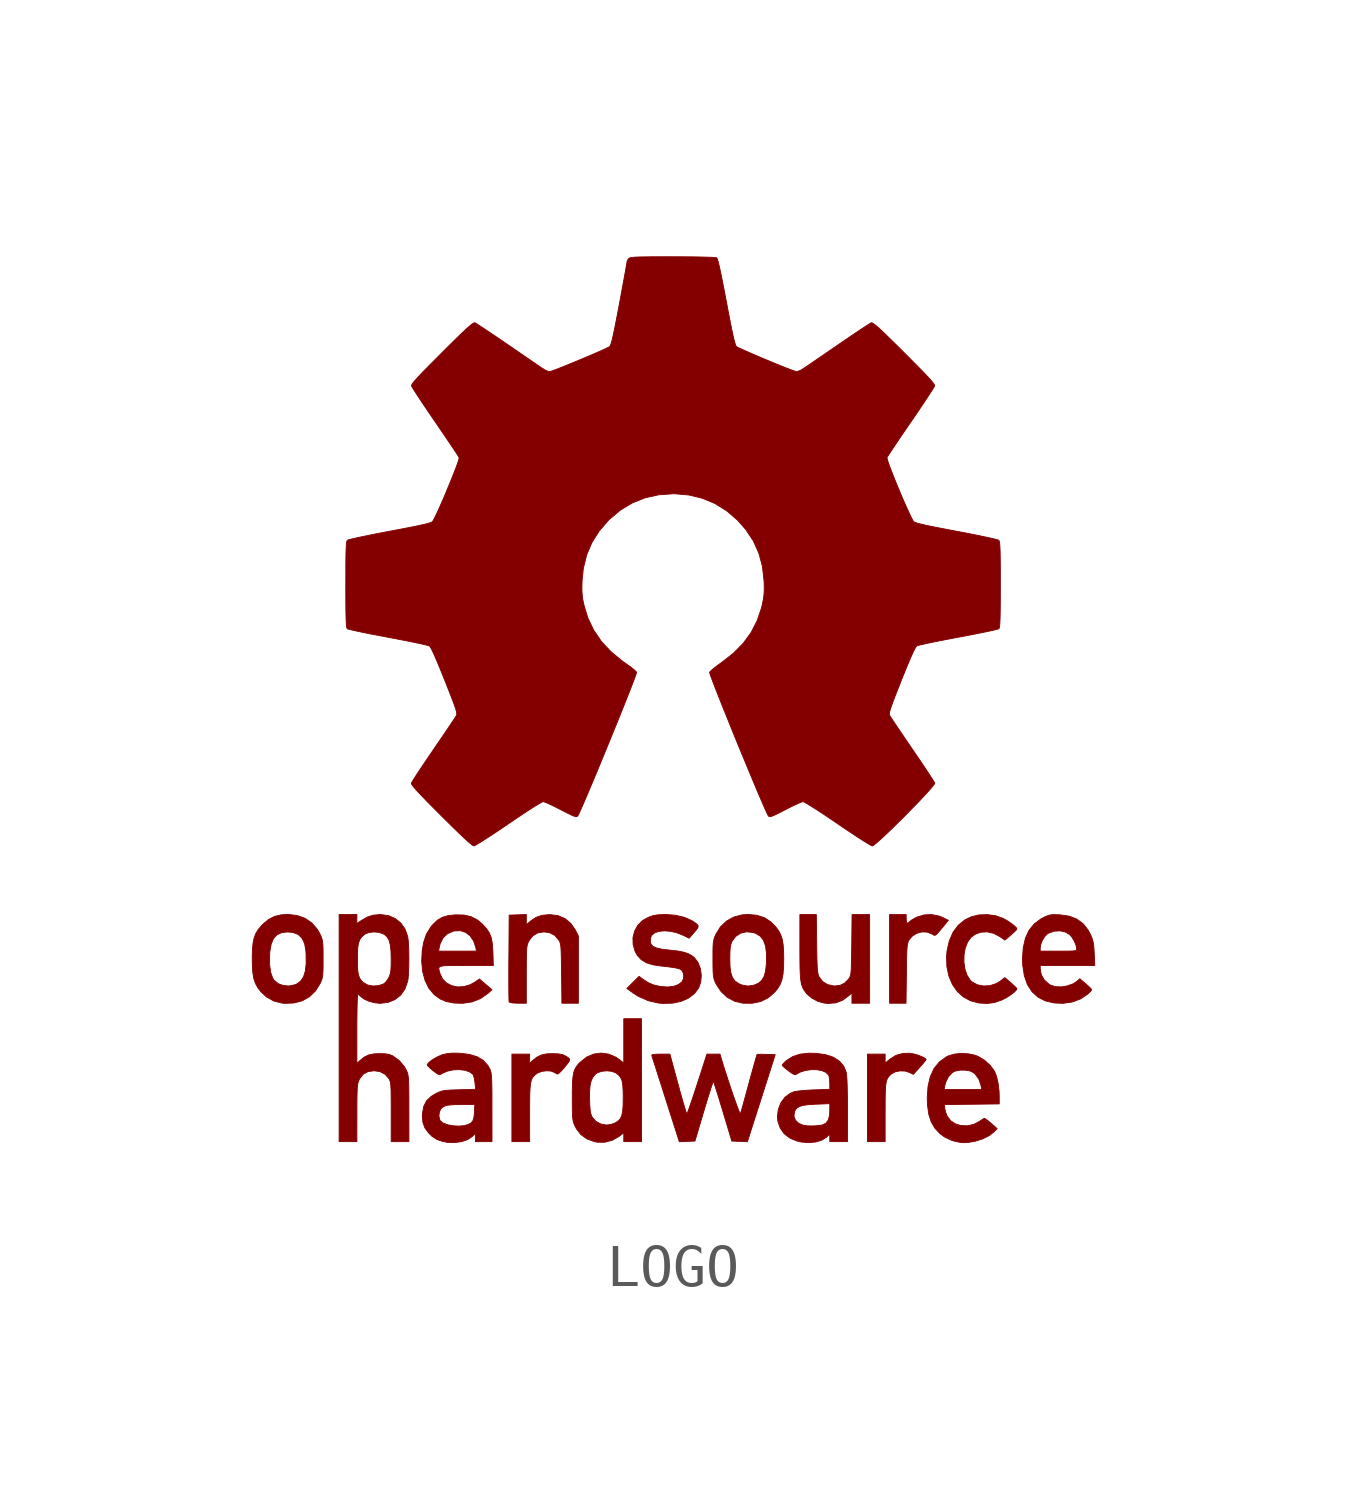
<source format=kicad_sym>
(kicad_symbol_lib
  (version 20220914)
  (generator bitmap2component)
  (symbol "LOGO"
    (pin_names
      (offset 1.016))
    (property "Reference" "#G"
      (at 0 9.883 0)
      (effects (font (size 1.27 1.27)) hide))
    (symbol "LOGO_0_0"
      (polyline (pts (xy -5.011 -10.492) (xy -4.866 -10.443) (xy -4.756 -10.37) (xy -4.68 -10.297) (xy -4.68 -10.394) (xy -4.68 -10.491) (xy -4.483 -10.491) (xy -4.286 -10.491) (xy -4.287 -9.683) (xy -4.287 -9.546) (xy -4.287 -9.342) (xy -4.289 -9.182) (xy -4.292 -9.057) (xy -4.296 -8.964) (xy -4.303 -8.894) (xy -4.311 -8.843) (xy -4.322 -8.803) (xy -4.336 -8.769) (xy -4.384 -8.683) (xy -4.493 -8.563) (xy -4.639 -8.476) (xy -4.824 -8.42) (xy -5.05 -8.393) (xy -5.058 -8.393) (xy -5.215 -8.39) (xy -5.34 -8.4) (xy -5.449 -8.424) (xy -5.475 -8.432) (xy -5.568 -8.472) (xy -5.661 -8.523) (xy -5.744 -8.578) (xy -5.802 -8.63) (xy -5.824 -8.668) (xy -5.824 -8.669) (xy -5.804 -8.699) (xy -5.753 -8.749) (xy -5.682 -8.809) (xy -5.63 -8.849) (xy -5.569 -8.889) (xy -5.528 -8.902) (xy -5.498 -8.891) (xy -5.471 -8.873) (xy -5.352 -8.82) (xy -5.214 -8.789) (xy -5.07 -8.781) (xy -4.935 -8.796) (xy -4.82 -8.833) (xy -4.739 -8.893) (xy -4.724 -8.925) (xy -4.704 -8.999) (xy -4.69 -9.091) (xy -4.674 -9.249) (xy -5.067 -9.26) (xy -5.11 -9.261) (xy -5.253 -9.266) (xy -5.357 -9.273) (xy -5.435 -9.282) (xy -5.496 -9.297) (xy -5.553 -9.319) (xy -5.616 -9.349) (xy -5.73 -9.417) (xy -5.838 -9.521) (xy -5.905 -9.651) (xy -5.935 -9.814) (xy -5.939 -9.881) (xy -5.546 -9.881) (xy -5.535 -9.785) (xy -5.495 -9.708) (xy -5.474 -9.688) (xy -5.427 -9.655) (xy -5.365 -9.633) (xy -5.279 -9.62) (xy -5.159 -9.613) (xy -4.996 -9.611) (xy -4.694 -9.611) (xy -4.702 -9.779) (xy -4.703 -9.805) (xy -4.715 -9.92) (xy -4.74 -9.998) (xy -4.784 -10.049) (xy -4.853 -10.086) (xy -4.953 -10.113) (xy -5.08 -10.123) (xy -5.214 -10.115) (xy -5.34 -10.091) (xy -5.443 -10.052) (xy -5.51 -10.001) (xy -5.527 -9.971) (xy -5.546 -9.881) (xy -5.939 -9.881) (xy -5.939 -9.887) (xy -5.926 -10.038) (xy -5.878 -10.166) (xy -5.79 -10.286) (xy -5.709 -10.366) (xy -5.593 -10.441) (xy -5.45 -10.489) (xy -5.352 -10.507) (xy -5.177 -10.514) (xy -5.011 -10.492)) (stroke (width 0.01) (type default)) (fill (type outline)))
      (polyline (pts (xy -1.605 -10.505) (xy -1.43 -10.459) (xy -1.274 -10.371) (xy -1.157 -10.281) (xy -1.157 -10.386) (xy -1.157 -10.491) (xy -0.947 -10.491) (xy -0.736 -10.491) (xy -0.736 -9.032) (xy -0.736 -7.573) (xy -0.947 -7.573) (xy -1.157 -7.573) (xy -1.157 -8.1) (xy -1.157 -8.627) (xy -1.256 -8.548) (xy -1.343 -8.488) (xy -1.513 -8.414) (xy -1.69 -8.389) (xy -1.867 -8.412) (xy -2.035 -8.482) (xy -2.186 -8.6) (xy -2.236 -8.651) (xy -2.284 -8.713) (xy -2.321 -8.78) (xy -2.347 -8.86) (xy -2.364 -8.961) (xy -2.374 -9.09) (xy -2.378 -9.255) (xy -2.379 -9.296) (xy -1.969 -9.296) (xy -1.956 -9.153) (xy -1.93 -9.043) (xy -1.887 -8.957) (xy -1.826 -8.886) (xy -1.782 -8.856) (xy -1.681 -8.822) (xy -1.562 -8.81) (xy -1.445 -8.822) (xy -1.349 -8.858) (xy -1.339 -8.865) (xy -1.277 -8.913) (xy -1.231 -8.969) (xy -1.2 -9.042) (xy -1.182 -9.141) (xy -1.173 -9.275) (xy -1.17 -9.453) (xy -1.17 -9.473) (xy -1.174 -9.65) (xy -1.185 -9.783) (xy -1.208 -9.882) (xy -1.244 -9.954) (xy -1.297 -10.007) (xy -1.368 -10.051) (xy -1.375 -10.054) (xy -1.468 -10.085) (xy -1.565 -10.097) (xy -1.567 -10.097) (xy -1.703 -10.073) (xy -1.82 -10.01) (xy -1.905 -9.913) (xy -1.923 -9.878) (xy -1.942 -9.822) (xy -1.954 -9.747) (xy -1.963 -9.643) (xy -1.968 -9.497) (xy -1.969 -9.481) (xy -1.969 -9.296) (xy -2.379 -9.296) (xy -2.38 -9.466) (xy -2.38 -9.493) (xy -2.379 -9.665) (xy -2.377 -9.795) (xy -2.373 -9.89) (xy -2.366 -9.962) (xy -2.355 -10.017) (xy -2.339 -10.066) (xy -2.317 -10.117) (xy -2.28 -10.189) (xy -2.174 -10.325) (xy -2.033 -10.425) (xy -1.854 -10.492) (xy -1.783 -10.506) (xy -1.605 -10.505)) (stroke (width 0.01) (type default)) (fill (type outline)))
      (polyline (pts (xy 3.401 -10.5) (xy 3.545 -10.456) (xy 3.656 -10.386) (xy 3.734 -10.312) (xy 3.734 -10.402) (xy 3.734 -10.491) (xy 3.944 -10.491) (xy 4.154 -10.491) (xy 4.154 -9.727) (xy 4.154 -9.598) (xy 4.152 -9.371) (xy 4.148 -9.178) (xy 4.142 -9.024) (xy 4.134 -8.912) (xy 4.125 -8.848) (xy 4.067 -8.704) (xy 3.963 -8.58) (xy 3.817 -8.487) (xy 3.63 -8.425) (xy 3.401 -8.395) (xy 3.24 -8.392) (xy 3.028 -8.415) (xy 2.853 -8.472) (xy 2.71 -8.563) (xy 2.669 -8.6) (xy 2.622 -8.648) (xy 2.603 -8.676) (xy 2.603 -8.677) (xy 2.625 -8.704) (xy 2.678 -8.751) (xy 2.752 -8.809) (xy 2.809 -8.851) (xy 2.871 -8.89) (xy 2.912 -8.902) (xy 2.942 -8.891) (xy 3.027 -8.843) (xy 3.153 -8.802) (xy 3.289 -8.783) (xy 3.424 -8.784) (xy 3.547 -8.806) (xy 3.644 -8.848) (xy 3.705 -8.91) (xy 3.716 -8.938) (xy 3.729 -9.015) (xy 3.734 -9.106) (xy 3.734 -9.249) (xy 3.359 -9.263) (xy 3.322 -9.264) (xy 3.179 -9.272) (xy 3.05 -9.283) (xy 2.948 -9.295) (xy 2.885 -9.307) (xy 2.796 -9.344) (xy 2.67 -9.438) (xy 2.574 -9.568) (xy 2.512 -9.723) (xy 2.492 -9.888) (xy 2.883 -9.888) (xy 2.896 -9.783) (xy 2.91 -9.749) (xy 2.95 -9.696) (xy 3.013 -9.657) (xy 3.106 -9.63) (xy 3.236 -9.613) (xy 3.412 -9.603) (xy 3.734 -9.59) (xy 3.734 -9.753) (xy 3.727 -9.873) (xy 3.697 -9.982) (xy 3.642 -10.054) (xy 3.556 -10.096) (xy 3.551 -10.097) (xy 3.455 -10.112) (xy 3.334 -10.119) (xy 3.212 -10.117) (xy 3.116 -10.106) (xy 3.107 -10.104) (xy 2.994 -10.056) (xy 2.918 -9.982) (xy 2.883 -9.888) (xy 2.492 -9.888) (xy 2.491 -9.895) (xy 2.501 -10.006) (xy 2.556 -10.168) (xy 2.653 -10.305) (xy 2.79 -10.41) (xy 2.963 -10.48) (xy 3.056 -10.501) (xy 3.234 -10.515) (xy 3.401 -10.5)) (stroke (width 0.01) (type default)) (fill (type outline)))
      (polyline (pts (xy 7.01 -10.512) (xy 7.192 -10.481) (xy 7.368 -10.424) (xy 7.521 -10.347) (xy 7.638 -10.255) (xy 7.707 -10.183) (xy 7.568 -10.061) (xy 7.564 -10.058) (xy 7.493 -9.998) (xy 7.436 -9.955) (xy 7.407 -9.939) (xy 7.401 -9.94) (xy 7.36 -9.962) (xy 7.301 -10.002) (xy 7.287 -10.012) (xy 7.149 -10.083) (xy 7.001 -10.116) (xy 6.854 -10.111) (xy 6.719 -10.071) (xy 6.605 -9.997) (xy 6.523 -9.89) (xy 6.517 -9.879) (xy 6.483 -9.788) (xy 6.464 -9.702) (xy 6.455 -9.611) (xy 7.106 -9.604) (xy 7.757 -9.596) (xy 7.757 -9.418) (xy 7.753 -9.296) (xy 7.732 -9.117) (xy 7.698 -8.958) (xy 7.652 -8.836) (xy 7.643 -8.819) (xy 7.544 -8.684) (xy 7.41 -8.562) (xy 7.259 -8.47) (xy 7.189 -8.442) (xy 7.028 -8.407) (xy 6.855 -8.397) (xy 6.688 -8.414) (xy 6.547 -8.457) (xy 6.497 -8.482) (xy 6.336 -8.6) (xy 6.21 -8.755) (xy 6.12 -8.95) (xy 6.066 -9.182) (xy 6.061 -9.255) (xy 6.449 -9.255) (xy 6.467 -9.155) (xy 6.483 -9.091) (xy 6.549 -8.953) (xy 6.648 -8.848) (xy 6.715 -8.816) (xy 6.824 -8.795) (xy 6.945 -8.794) (xy 7.058 -8.812) (xy 7.143 -8.851) (xy 7.184 -8.886) (xy 7.273 -9.006) (xy 7.324 -9.157) (xy 7.342 -9.255) (xy 6.896 -9.255) (xy 6.449 -9.255) (xy 6.061 -9.255) (xy 6.048 -9.453) (xy 6.054 -9.625) (xy 6.084 -9.841) (xy 6.142 -10.021) (xy 6.231 -10.174) (xy 6.353 -10.304) (xy 6.466 -10.386) (xy 6.637 -10.464) (xy 6.713 -10.485) (xy 6.82 -10.507) (xy 6.905 -10.516) (xy 7.01 -10.512)) (stroke (width 0.01) (type default)) (fill (type outline)))
      (polyline (pts (xy -7.493 -9.814) (xy -7.493 -9.642) (xy -7.492 -9.47) (xy -7.489 -9.337) (xy -7.485 -9.237) (xy -7.479 -9.163) (xy -7.47 -9.108) (xy -7.458 -9.065) (xy -7.442 -9.026) (xy -7.429 -9) (xy -7.346 -8.893) (xy -7.232 -8.83) (xy -7.086 -8.809) (xy -6.948 -8.828) (xy -6.825 -8.892) (xy -6.731 -8.999) (xy -6.726 -9.007) (xy -6.712 -9.037) (xy -6.7 -9.072) (xy -6.692 -9.121) (xy -6.686 -9.189) (xy -6.682 -9.283) (xy -6.68 -9.41) (xy -6.679 -9.576) (xy -6.679 -9.788) (xy -6.679 -10.491) (xy -6.468 -10.491) (xy -6.258 -10.491) (xy -6.259 -9.709) (xy -6.259 -9.538) (xy -6.26 -9.348) (xy -6.261 -9.198) (xy -6.264 -9.084) (xy -6.269 -8.998) (xy -6.276 -8.934) (xy -6.285 -8.885) (xy -6.297 -8.846) (xy -6.313 -8.809) (xy -6.365 -8.713) (xy -6.487 -8.568) (xy -6.639 -8.458) (xy -6.663 -8.446) (xy -6.738 -8.419) (xy -6.829 -8.406) (xy -6.955 -8.402) (xy -7.086 -8.407) (xy -7.212 -8.433) (xy -7.318 -8.484) (xy -7.421 -8.567) (xy -7.494 -8.634) (xy -7.494 -7.814) (xy -7.494 -7.714) (xy -7.492 -7.52) (xy -7.49 -7.348) (xy -7.486 -7.202) (xy -7.482 -7.091) (xy -7.477 -7.019) (xy -7.472 -6.994) (xy -7.446 -7.006) (xy -7.404 -7.044) (xy -7.404 -7.045) (xy -7.322 -7.107) (xy -7.205 -7.159) (xy -7.072 -7.195) (xy -6.941 -7.208) (xy -6.752 -7.185) (xy -6.587 -7.117) (xy -6.451 -7.009) (xy -6.35 -6.864) (xy -6.288 -6.683) (xy -6.278 -6.624) (xy -6.268 -6.502) (xy -6.262 -6.351) (xy -6.259 -6.184) (xy -6.26 -6.014) (xy -6.265 -5.855) (xy -6.274 -5.72) (xy -6.287 -5.623) (xy -6.288 -5.619) (xy -6.349 -5.447) (xy -6.45 -5.303) (xy -6.585 -5.194) (xy -6.747 -5.125) (xy -6.93 -5.101) (xy -6.958 -5.101) (xy -7.113 -5.116) (xy -7.246 -5.16) (xy -7.382 -5.238) (xy -7.494 -5.314) (xy -7.494 -5.207) (xy -7.494 -5.101) (xy -7.704 -5.101) (xy -7.915 -5.101) (xy -7.915 -6.153) (xy -7.481 -6.153) (xy -7.479 -5.997) (xy -7.47 -5.862) (xy -7.45 -5.761) (xy -7.419 -5.685) (xy -7.371 -5.623) (xy -7.305 -5.567) (xy -7.298 -5.562) (xy -7.207 -5.526) (xy -7.091 -5.513) (xy -6.971 -5.523) (xy -6.867 -5.558) (xy -6.835 -5.577) (xy -6.773 -5.634) (xy -6.729 -5.712) (xy -6.7 -5.82) (xy -6.684 -5.965) (xy -6.679 -6.154) (xy -6.679 -6.186) (xy -6.681 -6.321) (xy -6.686 -6.417) (xy -6.696 -6.487) (xy -6.713 -6.545) (xy -6.738 -6.601) (xy -6.759 -6.638) (xy -6.812 -6.708) (xy -6.864 -6.75) (xy -6.976 -6.787) (xy -7.113 -6.797) (xy -7.24 -6.772) (xy -7.342 -6.713) (xy -7.386 -6.669) (xy -7.427 -6.611) (xy -7.454 -6.54) (xy -7.471 -6.447) (xy -7.479 -6.321) (xy -7.481 -6.153) (xy -7.915 -6.153) (xy -7.915 -7.796) (xy -7.915 -10.491) (xy -7.704 -10.491) (xy -7.494 -10.491) (xy -7.493 -9.814)) (stroke (width 0.01) (type default)) (fill (type outline)))
      (polyline (pts (xy -3.392 -9.801) (xy -3.392 -9.777) (xy -3.391 -9.552) (xy -3.389 -9.373) (xy -3.383 -9.234) (xy -3.372 -9.127) (xy -3.356 -9.048) (xy -3.333 -8.988) (xy -3.302 -8.943) (xy -3.262 -8.905) (xy -3.211 -8.868) (xy -3.192 -8.857) (xy -3.095 -8.822) (xy -2.984 -8.809) (xy -2.88 -8.817) (xy -2.802 -8.849) (xy -2.764 -8.873) (xy -2.723 -8.887) (xy -2.716 -8.884) (xy -2.678 -8.852) (xy -2.621 -8.792) (xy -2.553 -8.713) (xy -2.526 -8.681) (xy -2.468 -8.606) (xy -2.442 -8.557) (xy -2.449 -8.522) (xy -2.489 -8.489) (xy -2.564 -8.446) (xy -2.617 -8.424) (xy -2.715 -8.407) (xy -2.853 -8.402) (xy -2.984 -8.407) (xy -3.11 -8.433) (xy -3.216 -8.484) (xy -3.32 -8.567) (xy -3.392 -8.634) (xy -3.392 -8.524) (xy -3.392 -8.414) (xy -3.602 -8.414) (xy -3.813 -8.414) (xy -3.813 -9.453) (xy -3.813 -10.491) (xy -3.602 -10.491) (xy -3.392 -10.491) (xy -3.392 -9.801)) (stroke (width 0.01) (type default)) (fill (type outline)))
      (polyline (pts (xy 0.347 -10.486) (xy 0.533 -10.478) (xy 0.745 -9.763) (xy 0.756 -9.725) (xy 0.811 -9.545) (xy 0.86 -9.384) (xy 0.903 -9.249) (xy 0.937 -9.146) (xy 0.961 -9.082) (xy 0.972 -9.061) (xy 0.972 -9.062) (xy 0.985 -9.095) (xy 1.01 -9.172) (xy 1.046 -9.285) (xy 1.091 -9.427) (xy 1.142 -9.594) (xy 1.197 -9.777) (xy 1.408 -10.478) (xy 1.593 -10.486) (xy 1.778 -10.493) (xy 2.108 -9.46) (xy 2.438 -8.427) (xy 2.228 -8.42) (xy 2.2 -8.419) (xy 2.106 -8.417) (xy 2.037 -8.418) (xy 2.007 -8.423) (xy 1.998 -8.45) (xy 1.977 -8.521) (xy 1.946 -8.63) (xy 1.907 -8.77) (xy 1.861 -8.933) (xy 1.812 -9.114) (xy 1.764 -9.292) (xy 1.718 -9.46) (xy 1.678 -9.605) (xy 1.646 -9.72) (xy 1.623 -9.799) (xy 1.613 -9.834) (xy 1.613 -9.834) (xy 1.601 -9.819) (xy 1.576 -9.761) (xy 1.539 -9.666) (xy 1.494 -9.542) (xy 1.442 -9.395) (xy 1.386 -9.231) (xy 1.329 -9.058) (xy 1.272 -8.883) (xy 1.217 -8.712) (xy 1.168 -8.552) (xy 1.127 -8.414) (xy 0.972 -8.414) (xy 0.817 -8.414) (xy 0.587 -9.124) (xy 0.576 -9.159) (xy 0.517 -9.339) (xy 0.463 -9.5) (xy 0.416 -9.637) (xy 0.379 -9.742) (xy 0.353 -9.81) (xy 0.341 -9.834) (xy 0.34 -9.834) (xy 0.327 -9.803) (xy 0.303 -9.728) (xy 0.269 -9.617) (xy 0.228 -9.474) (xy 0.181 -9.308) (xy 0.131 -9.124) (xy -0.062 -8.414) (xy -0.284 -8.414) (xy -0.358 -8.415) (xy -0.443 -8.42) (xy -0.485 -8.43) (xy -0.493 -8.447) (xy -0.492 -8.449) (xy -0.479 -8.49) (xy -0.452 -8.572) (xy -0.415 -8.686) (xy -0.371 -8.825) (xy -0.322 -8.979) (xy -0.283 -9.099) (xy -0.213 -9.319) (xy -0.138 -9.555) (xy -0.065 -9.784) (xy -0.000300 -9.986) (xy 0.162 -10.494) (xy 0.347 -10.486)) (stroke (width 0.01) (type default)) (fill (type outline)))
      (polyline (pts (xy 5.048 -9.793) (xy 5.048 -9.768) (xy 5.049 -9.551) (xy 5.051 -9.379) (xy 5.055 -9.246) (xy 5.063 -9.145) (xy 5.075 -9.069) (xy 5.093 -9.013) (xy 5.117 -8.968) (xy 5.149 -8.929) (xy 5.19 -8.89) (xy 5.194 -8.886) (xy 5.284 -8.836) (xy 5.399 -8.812) (xy 5.521 -8.816) (xy 5.628 -8.849) (xy 5.717 -8.895) (xy 5.869 -8.727) (xy 5.897 -8.696) (xy 5.96 -8.622) (xy 6.004 -8.568) (xy 6.021 -8.541) (xy 6.015 -8.53) (xy 5.972 -8.499) (xy 5.899 -8.465) (xy 5.809 -8.432) (xy 5.716 -8.407) (xy 5.634 -8.393) (xy 5.476 -8.396) (xy 5.304 -8.443) (xy 5.155 -8.538) (xy 5.048 -8.629) (xy 5.048 -8.521) (xy 5.048 -8.414) (xy 4.838 -8.414) (xy 4.628 -8.414) (xy 4.628 -9.453) (xy 4.628 -10.491) (xy 4.838 -10.491) (xy 5.048 -10.491) (xy 5.048 -9.793)) (stroke (width 0.01) (type default)) (fill (type outline)))
      (polyline (pts (xy -8.988 -7.2) (xy -8.79 -7.147) (xy -8.618 -7.05) (xy -8.475 -6.911) (xy -8.365 -6.734) (xy -8.348 -6.696) (xy -8.327 -6.643) (xy -8.312 -6.589) (xy -8.303 -6.523) (xy -8.298 -6.435) (xy -8.296 -6.315) (xy -8.296 -6.153) (xy -8.296 -6.041) (xy -8.297 -5.908) (xy -8.301 -5.81) (xy -8.309 -5.738) (xy -8.321 -5.681) (xy -8.34 -5.628) (xy -8.366 -5.57) (xy -8.43 -5.455) (xy -8.561 -5.302) (xy -8.723 -5.19) (xy -8.913 -5.122) (xy -9.129 -5.098) (xy -9.285 -5.106) (xy -9.45 -5.145) (xy -9.593 -5.219) (xy -9.73 -5.335) (xy -9.743 -5.349) (xy -9.828 -5.446) (xy -9.89 -5.544) (xy -9.933 -5.654) (xy -9.96 -5.785) (xy -9.974 -5.948) (xy -9.977 -6.071) (xy -9.566 -6.071) (xy -9.559 -5.972) (xy -9.528 -5.8) (xy -9.473 -5.67) (xy -9.392 -5.582) (xy -9.282 -5.53) (xy -9.141 -5.513) (xy -9.011 -5.525) (xy -8.885 -5.575) (xy -8.793 -5.664) (xy -8.733 -5.795) (xy -8.704 -5.968) (xy -8.7 -6.045) (xy -8.698 -6.265) (xy -8.717 -6.441) (xy -8.759 -6.577) (xy -8.824 -6.677) (xy -8.913 -6.744) (xy -8.964 -6.767) (xy -9.101 -6.796) (xy -9.239 -6.786) (xy -9.363 -6.74) (xy -9.459 -6.66) (xy -9.491 -6.611) (xy -9.54 -6.476) (xy -9.565 -6.295) (xy -9.566 -6.071) (xy -9.977 -6.071) (xy -9.978 -6.153) (xy -9.976 -6.291) (xy -9.965 -6.471) (xy -9.941 -6.617) (xy -9.901 -6.736) (xy -9.843 -6.841) (xy -9.764 -6.941) (xy -9.641 -7.054) (xy -9.469 -7.152) (xy -9.274 -7.202) (xy -9.206 -7.208) (xy -8.988 -7.2)) (stroke (width 0.01) (type default)) (fill (type outline)))
      (polyline (pts (xy -4.76 -7.174) (xy -4.559 -7.095) (xy -4.386 -6.974) (xy -4.287 -6.884) (xy -4.436 -6.757) (xy -4.585 -6.63) (xy -4.695 -6.706) (xy -4.8 -6.765) (xy -4.951 -6.811) (xy -5.101 -6.819) (xy -5.242 -6.789) (xy -5.365 -6.725) (xy -5.46 -6.629) (xy -5.52 -6.502) (xy -5.527 -6.478) (xy -5.542 -6.425) (xy -5.549 -6.384) (xy -5.543 -6.354) (xy -5.516 -6.334) (xy -5.465 -6.321) (xy -5.384 -6.314) (xy -5.266 -6.311) (xy -5.107 -6.31) (xy -4.901 -6.311) (xy -4.254 -6.311) (xy -4.264 -6.002) (xy -4.266 -5.949) (xy -4.279 -5.778) (xy -4.306 -5.643) (xy -4.352 -5.531) (xy -4.42 -5.43) (xy -4.515 -5.326) (xy -4.634 -5.227) (xy -4.782 -5.151) (xy -4.952 -5.112) (xy -5.154 -5.107) (xy -5.157 -5.107) (xy -5.329 -5.126) (xy -5.465 -5.166) (xy -5.579 -5.233) (xy -5.687 -5.335) (xy -5.739 -5.397) (xy -5.846 -5.572) (xy -5.911 -5.772) (xy -5.942 -5.961) (xy -5.943 -5.969) (xy -5.554 -5.969) (xy -5.536 -5.871) (xy -5.515 -5.789) (xy -5.447 -5.653) (xy -5.344 -5.556) (xy -5.203 -5.495) (xy -5.178 -5.489) (xy -5.037 -5.483) (xy -4.91 -5.524) (xy -4.803 -5.608) (xy -4.721 -5.729) (xy -4.671 -5.883) (xy -4.655 -5.969) (xy -5.105 -5.969) (xy -5.554 -5.969) (xy -5.943 -5.969) (xy -5.955 -6.215) (xy -5.932 -6.451) (xy -5.875 -6.664) (xy -5.786 -6.847) (xy -5.665 -6.993) (xy -5.648 -7.008) (xy -5.515 -7.105) (xy -5.37 -7.166) (xy -5.193 -7.2) (xy -4.983 -7.208) (xy -4.76 -7.174)) (stroke (width 0.01) (type default)) (fill (type outline)))
      (polyline (pts (xy 0.003 -7.204) (xy 0.205 -7.161) (xy 0.38 -7.084) (xy 0.521 -6.976) (xy 0.622 -6.839) (xy 0.67 -6.704) (xy 0.684 -6.547) (xy 0.663 -6.388) (xy 0.608 -6.243) (xy 0.522 -6.127) (xy 0.478 -6.089) (xy 0.388 -6.036) (xy 0.274 -5.996) (xy 0.126 -5.966) (xy -0.065 -5.945) (xy -0.067 -5.944) (xy -0.245 -5.924) (xy -0.376 -5.895) (xy -0.463 -5.856) (xy -0.512 -5.802) (xy -0.528 -5.73) (xy -0.515 -5.638) (xy -0.492 -5.591) (xy -0.423 -5.534) (xy -0.321 -5.499) (xy -0.193 -5.487) (xy -0.05 -5.498) (xy 0.1 -5.532) (xy 0.248 -5.59) (xy 0.395 -5.662) (xy 0.493 -5.548) (xy 0.506 -5.533) (xy 0.573 -5.454) (xy 0.606 -5.402) (xy 0.608 -5.364) (xy 0.58 -5.329) (xy 0.522 -5.286) (xy 0.464 -5.248) (xy 0.284 -5.167) (xy 0.073 -5.117) (xy -0.158 -5.099) (xy -0.2 -5.099) (xy -0.346 -5.107) (xy -0.461 -5.126) (xy -0.564 -5.162) (xy -0.672 -5.219) (xy -0.711 -5.244) (xy -0.823 -5.354) (xy -0.9 -5.493) (xy -0.939 -5.65) (xy -0.935 -5.814) (xy -0.888 -5.975) (xy -0.837 -6.066) (xy -0.744 -6.17) (xy -0.621 -6.245) (xy -0.461 -6.295) (xy -0.258 -6.324) (xy -0.152 -6.335) (xy -0.027 -6.351) (xy 0.074 -6.367) (xy 0.106 -6.374) (xy 0.179 -6.395) (xy 0.221 -6.425) (xy 0.249 -6.475) (xy 0.263 -6.518) (xy 0.265 -6.616) (xy 0.223 -6.699) (xy 0.141 -6.762) (xy 0.026 -6.804) (xy -0.118 -6.82) (xy -0.286 -6.808) (xy -0.29 -6.807) (xy -0.446 -6.773) (xy -0.575 -6.718) (xy -0.706 -6.633) (xy -0.794 -6.567) (xy -0.939 -6.711) (xy -1.084 -6.856) (xy -0.933 -6.964) (xy -0.811 -7.042) (xy -0.576 -7.146) (xy -0.329 -7.202) (xy -0.223 -7.21) (xy 0.003 -7.204)) (stroke (width 0.01) (type default)) (fill (type outline)))
      (polyline (pts (xy 2.093 -7.165) (xy 2.273 -7.076) (xy 2.427 -6.941) (xy 2.493 -6.862) (xy 2.554 -6.761) (xy 2.597 -6.649) (xy 2.624 -6.514) (xy 2.637 -6.348) (xy 2.641 -6.14) (xy 2.638 -5.995) (xy 2.628 -5.828) (xy 2.607 -5.696) (xy 2.572 -5.587) (xy 2.522 -5.49) (xy 2.453 -5.395) (xy 2.338 -5.277) (xy 2.183 -5.175) (xy 2.003 -5.117) (xy 1.793 -5.098) (xy 1.656 -5.107) (xy 1.456 -5.159) (xy 1.282 -5.255) (xy 1.139 -5.392) (xy 1.029 -5.57) (xy 1.012 -5.609) (xy 0.991 -5.663) (xy 0.976 -5.717) (xy 0.967 -5.783) (xy 0.962 -5.871) (xy 0.96 -5.991) (xy 0.96 -6.153) (xy 1.36 -6.153) (xy 1.361 -6.135) (xy 1.363 -5.99) (xy 1.371 -5.886) (xy 1.385 -5.809) (xy 1.407 -5.749) (xy 1.413 -5.736) (xy 1.5 -5.619) (xy 1.617 -5.543) (xy 1.755 -5.51) (xy 1.907 -5.525) (xy 1.982 -5.55) (xy 2.085 -5.615) (xy 2.16 -5.712) (xy 2.208 -5.844) (xy 2.23 -6.017) (xy 2.23 -6.234) (xy 2.227 -6.286) (xy 2.208 -6.451) (xy 2.172 -6.574) (xy 2.117 -6.665) (xy 2.04 -6.73) (xy 1.929 -6.779) (xy 1.786 -6.798) (xy 1.648 -6.773) (xy 1.563 -6.736) (xy 1.481 -6.676) (xy 1.423 -6.596) (xy 1.386 -6.487) (xy 1.366 -6.342) (xy 1.36 -6.153) (xy 0.96 -6.153) (xy 0.96 -6.196) (xy 0.961 -6.349) (xy 0.964 -6.463) (xy 0.97 -6.546) (xy 0.981 -6.609) (xy 0.996 -6.662) (xy 1.018 -6.714) (xy 1.039 -6.756) (xy 1.156 -6.932) (xy 1.303 -7.068) (xy 1.476 -7.159) (xy 1.67 -7.205) (xy 1.888 -7.207) (xy 2.093 -7.165)) (stroke (width 0.01) (type default)) (fill (type outline)))
      (polyline (pts (xy 3.875 -7.197) (xy 4.038 -7.135) (xy 4.187 -7.025) (xy 4.26 -6.958) (xy 4.26 -7.081) (xy 4.26 -7.205) (xy 4.47 -7.205) (xy 4.68 -7.205) (xy 4.68 -6.153) (xy 4.68 -5.101) (xy 4.471 -5.101) (xy 4.263 -5.101) (xy 4.255 -5.822) (xy 4.253 -5.939) (xy 4.251 -6.129) (xy 4.247 -6.276) (xy 4.244 -6.387) (xy 4.238 -6.467) (xy 4.231 -6.524) (xy 4.221 -6.563) (xy 4.208 -6.592) (xy 4.192 -6.616) (xy 4.178 -6.635) (xy 4.085 -6.729) (xy 3.982 -6.78) (xy 3.857 -6.795) (xy 3.823 -6.794) (xy 3.679 -6.763) (xy 3.563 -6.69) (xy 3.48 -6.58) (xy 3.47 -6.557) (xy 3.457 -6.518) (xy 3.447 -6.466) (xy 3.439 -6.396) (xy 3.434 -6.3) (xy 3.429 -6.171) (xy 3.426 -6.004) (xy 3.423 -5.791) (xy 3.414 -5.101) (xy 3.219 -5.101) (xy 3.024 -5.101) (xy 3.024 -5.873) (xy 3.024 -5.958) (xy 3.025 -6.186) (xy 3.027 -6.369) (xy 3.033 -6.515) (xy 3.042 -6.629) (xy 3.055 -6.719) (xy 3.074 -6.791) (xy 3.098 -6.85) (xy 3.13 -6.904) (xy 3.17 -6.959) (xy 3.196 -6.99) (xy 3.31 -7.085) (xy 3.45 -7.16) (xy 3.595 -7.201) (xy 3.693 -7.211) (xy 3.875 -7.197)) (stroke (width 0.01) (type default)) (fill (type outline)))
      (polyline (pts (xy 7.648 -7.188) (xy 7.823 -7.127) (xy 7.835 -7.121) (xy 7.928 -7.072) (xy 8.02 -7.013) (xy 8.1 -6.953) (xy 8.156 -6.9) (xy 8.177 -6.863) (xy 8.177 -6.862) (xy 8.155 -6.833) (xy 8.104 -6.783) (xy 8.033 -6.72) (xy 7.889 -6.597) (xy 7.79 -6.676) (xy 7.689 -6.738) (xy 7.541 -6.787) (xy 7.386 -6.797) (xy 7.239 -6.768) (xy 7.112 -6.7) (xy 7.068 -6.658) (xy 6.993 -6.541) (xy 6.943 -6.395) (xy 6.919 -6.232) (xy 6.921 -6.063) (xy 6.949 -5.901) (xy 7.004 -5.757) (xy 7.086 -5.642) (xy 7.181 -5.57) (xy 7.319 -5.519) (xy 7.471 -5.511) (xy 7.627 -5.547) (xy 7.776 -5.626) (xy 7.891 -5.707) (xy 8.034 -5.585) (xy 8.041 -5.58) (xy 8.11 -5.517) (xy 8.159 -5.468) (xy 8.177 -5.442) (xy 8.162 -5.413) (xy 8.11 -5.362) (xy 8.032 -5.303) (xy 7.94 -5.242) (xy 7.845 -5.19) (xy 7.672 -5.129) (xy 7.475 -5.101) (xy 7.276 -5.109) (xy 7.094 -5.153) (xy 6.945 -5.225) (xy 6.786 -5.353) (xy 6.661 -5.52) (xy 6.572 -5.724) (xy 6.518 -5.964) (xy 6.506 -6.096) (xy 6.514 -6.338) (xy 6.561 -6.559) (xy 6.643 -6.755) (xy 6.759 -6.922) (xy 6.905 -7.055) (xy 7.079 -7.149) (xy 7.278 -7.2) (xy 7.278 -7.2) (xy 7.473 -7.212) (xy 7.648 -7.188)) (stroke (width 0.01) (type default)) (fill (type outline)))
      (polyline (pts (xy 9.491 -7.176) (xy 9.688 -7.103) (xy 9.857 -6.989) (xy 9.888 -6.961) (xy 9.934 -6.913) (xy 9.952 -6.885) (xy 9.952 -6.885) (xy 9.931 -6.857) (xy 9.881 -6.807) (xy 9.811 -6.745) (xy 9.669 -6.624) (xy 9.613 -6.676) (xy 9.512 -6.744) (xy 9.379 -6.793) (xy 9.234 -6.817) (xy 9.095 -6.813) (xy 8.979 -6.777) (xy 8.938 -6.753) (xy 8.826 -6.653) (xy 8.755 -6.528) (xy 8.73 -6.388) (xy 8.73 -6.311) (xy 9.377 -6.311) (xy 10.025 -6.311) (xy 10.013 -6.028) (xy 10.01 -5.972) (xy 10.001 -5.847) (xy 9.986 -5.751) (xy 9.963 -5.668) (xy 9.927 -5.581) (xy 9.869 -5.471) (xy 9.749 -5.319) (xy 9.597 -5.208) (xy 9.414 -5.137) (xy 9.196 -5.106) (xy 9.108 -5.103) (xy 9.019 -5.103) (xy 8.95 -5.114) (xy 8.882 -5.137) (xy 8.796 -5.178) (xy 8.749 -5.202) (xy 8.589 -5.321) (xy 8.466 -5.473) (xy 8.379 -5.662) (xy 8.327 -5.888) (xy 8.321 -5.969) (xy 8.73 -5.969) (xy 8.73 -5.889) (xy 8.738 -5.826) (xy 8.776 -5.722) (xy 8.834 -5.625) (xy 8.9 -5.559) (xy 8.933 -5.54) (xy 9.062 -5.495) (xy 9.199 -5.487) (xy 9.327 -5.515) (xy 9.432 -5.579) (xy 9.479 -5.632) (xy 9.537 -5.726) (xy 9.579 -5.825) (xy 9.597 -5.91) (xy 9.597 -5.91) (xy 9.595 -5.932) (xy 9.587 -5.947) (xy 9.562 -5.958) (xy 9.515 -5.964) (xy 9.438 -5.967) (xy 9.323 -5.969) (xy 9.163 -5.969) (xy 8.73 -5.969) (xy 8.321 -5.969) (xy 8.309 -6.153) (xy 8.315 -6.308) (xy 8.353 -6.553) (xy 8.426 -6.761) (xy 8.534 -6.93) (xy 8.676 -7.06) (xy 8.851 -7.15) (xy 9.059 -7.199) (xy 9.272 -7.208) (xy 9.491 -7.176)) (stroke (width 0.01) (type default)) (fill (type outline)))
      (polyline (pts (xy -3.471 -6.527) (xy -3.471 -6.436) (xy -3.47 -6.248) (xy -3.469 -6.103) (xy -3.466 -5.994) (xy -3.461 -5.912) (xy -3.454 -5.853) (xy -3.444 -5.808) (xy -3.43 -5.769) (xy -3.412 -5.732) (xy -3.403 -5.715) (xy -3.313 -5.603) (xy -3.196 -5.535) (xy -3.052 -5.512) (xy -2.92 -5.53) (xy -2.798 -5.592) (xy -2.704 -5.699) (xy -2.691 -5.721) (xy -2.675 -5.752) (xy -2.663 -5.789) (xy -2.654 -5.838) (xy -2.648 -5.906) (xy -2.643 -5.999) (xy -2.64 -6.125) (xy -2.637 -6.29) (xy -2.634 -6.501) (xy -2.626 -7.205) (xy -2.43 -7.205) (xy -2.235 -7.205) (xy -2.235 -6.408) (xy -2.235 -5.611) (xy -2.303 -5.475) (xy -2.305 -5.47) (xy -2.412 -5.314) (xy -2.55 -5.198) (xy -2.715 -5.127) (xy -2.902 -5.102) (xy -2.93 -5.102) (xy -3.101 -5.119) (xy -3.241 -5.168) (xy -3.366 -5.252) (xy -3.471 -5.342) (xy -3.471 -5.22) (xy -3.471 -5.099) (xy -3.675 -5.107) (xy -3.878 -5.114) (xy -3.885 -6.127) (xy -3.886 -6.169) (xy -3.887 -6.393) (xy -3.887 -6.6) (xy -3.887 -6.784) (xy -3.886 -6.939) (xy -3.884 -7.059) (xy -3.882 -7.139) (xy -3.88 -7.172) (xy -3.858 -7.188) (xy -3.788 -7.2) (xy -3.669 -7.205) (xy -3.471 -7.205) (xy -3.471 -6.527)) (stroke (width 0.01) (type default)) (fill (type outline)))
      (polyline (pts (xy 5.553 -6.501) (xy 5.553 -6.456) (xy 5.556 -6.253) (xy 5.559 -6.095) (xy 5.563 -5.974) (xy 5.569 -5.885) (xy 5.576 -5.82) (xy 5.586 -5.773) (xy 5.598 -5.737) (xy 5.614 -5.706) (xy 5.684 -5.619) (xy 5.794 -5.547) (xy 5.921 -5.512) (xy 6.051 -5.517) (xy 6.171 -5.567) (xy 6.193 -5.582) (xy 6.216 -5.593) (xy 6.24 -5.59) (xy 6.27 -5.568) (xy 6.314 -5.521) (xy 6.378 -5.445) (xy 6.469 -5.334) (xy 6.548 -5.237) (xy 6.411 -5.169) (xy 6.333 -5.137) (xy 6.154 -5.101) (xy 5.971 -5.109) (xy 5.798 -5.163) (xy 5.747 -5.189) (xy 5.674 -5.232) (xy 5.63 -5.268) (xy 5.614 -5.286) (xy 5.576 -5.309) (xy 5.555 -5.282) (xy 5.548 -5.206) (xy 5.548 -5.101) (xy 5.351 -5.101) (xy 5.154 -5.101) (xy 5.154 -6.153) (xy 5.154 -7.205) (xy 5.349 -7.205) (xy 5.544 -7.205) (xy 5.553 -6.501)) (stroke (width 0.01) (type default)) (fill (type outline)))
      (polyline (pts (xy 4.778 -3.453) (xy 4.842 -3.401) (xy 4.932 -3.322) (xy 5.043 -3.219) (xy 5.17 -3.099) (xy 5.307 -2.965) (xy 5.451 -2.823) (xy 5.596 -2.677) (xy 5.736 -2.533) (xy 5.869 -2.396) (xy 5.987 -2.27) (xy 6.087 -2.16) (xy 6.163 -2.072) (xy 6.211 -2.01) (xy 6.226 -1.98) (xy 6.215 -1.957) (xy 6.176 -1.894) (xy 6.114 -1.798) (xy 6.032 -1.673) (xy 5.933 -1.525) (xy 5.821 -1.359) (xy 5.7 -1.182) (xy 5.606 -1.044) (xy 5.49 -0.874) (xy 5.386 -0.721) (xy 5.297 -0.588) (xy 5.226 -0.482) (xy 5.178 -0.409) (xy 5.156 -0.374) (xy 5.152 -0.365) (xy 5.148 -0.339) (xy 5.152 -0.302) (xy 5.165 -0.248) (xy 5.19 -0.171) (xy 5.227 -0.067) (xy 5.279 0.07) (xy 5.348 0.245) (xy 5.434 0.464) (xy 5.486 0.594) (xy 5.583 0.83) (xy 5.662 1.016) (xy 5.724 1.152) (xy 5.769 1.239) (xy 5.797 1.276) (xy 5.83 1.288) (xy 5.91 1.308) (xy 6.029 1.334) (xy 6.182 1.367) (xy 6.363 1.403) (xy 6.564 1.442) (xy 6.781 1.483) (xy 6.983 1.521) (xy 7.184 1.56) (xy 7.363 1.596) (xy 7.516 1.628) (xy 7.634 1.654) (xy 7.713 1.674) (xy 7.747 1.686) (xy 7.752 1.692) (xy 7.761 1.718) (xy 7.768 1.764) (xy 7.773 1.836) (xy 7.777 1.938) (xy 7.78 2.074) (xy 7.782 2.249) (xy 7.783 2.468) (xy 7.783 2.735) (xy 7.783 2.819) (xy 7.783 3.066) (xy 7.782 3.267) (xy 7.78 3.426) (xy 7.777 3.549) (xy 7.773 3.64) (xy 7.768 3.705) (xy 7.761 3.748) (xy 7.753 3.774) (xy 7.742 3.788) (xy 7.741 3.788) (xy 7.704 3.801) (xy 7.621 3.822) (xy 7.499 3.849) (xy 7.344 3.882) (xy 7.161 3.92) (xy 6.957 3.96) (xy 6.737 4.001) (xy 6.7 4.008) (xy 6.434 4.059) (xy 6.215 4.101) (xy 6.042 4.137) (xy 5.91 4.167) (xy 5.816 4.191) (xy 5.756 4.211) (xy 5.727 4.227) (xy 5.704 4.262) (xy 5.664 4.338) (xy 5.612 4.449) (xy 5.55 4.584) (xy 5.482 4.738) (xy 5.412 4.903) (xy 5.341 5.072) (xy 5.274 5.237) (xy 5.213 5.391) (xy 5.161 5.526) (xy 5.122 5.636) (xy 5.098 5.712) (xy 5.092 5.748) (xy 5.092 5.748) (xy 5.112 5.782) (xy 5.158 5.854) (xy 5.227 5.958) (xy 5.315 6.09) (xy 5.419 6.244) (xy 5.536 6.416) (xy 5.662 6.6) (xy 5.666 6.605) (xy 5.792 6.789) (xy 5.907 6.96) (xy 6.01 7.114) (xy 6.097 7.246) (xy 6.164 7.35) (xy 6.207 7.421) (xy 6.224 7.454) (xy 6.22 7.472) (xy 6.198 7.509) (xy 6.153 7.565) (xy 6.083 7.644) (xy 5.986 7.747) (xy 5.858 7.879) (xy 5.697 8.041) (xy 5.501 8.238) (xy 5.385 8.354) (xy 5.214 8.522) (xy 5.075 8.658) (xy 4.964 8.764) (xy 4.878 8.843) (xy 4.814 8.898) (xy 4.768 8.932) (xy 4.737 8.948) (xy 4.718 8.95) (xy 4.705 8.943) (xy 4.65 8.909) (xy 4.561 8.851) (xy 4.443 8.773) (xy 4.301 8.678) (xy 4.142 8.57) (xy 3.97 8.453) (xy 3.893 8.4) (xy 3.718 8.28) (xy 3.554 8.167) (xy 3.406 8.066) (xy 3.282 7.981) (xy 3.188 7.917) (xy 3.13 7.878) (xy 3.046 7.825) (xy 2.976 7.796) (xy 2.923 7.796) (xy 2.922 7.796) (xy 2.865 7.815) (xy 2.771 7.85) (xy 2.648 7.898) (xy 2.503 7.956) (xy 2.345 8.021) (xy 2.182 8.089) (xy 2.02 8.157) (xy 1.869 8.223) (xy 1.735 8.281) (xy 1.627 8.33) (xy 1.551 8.366) (xy 1.517 8.386) (xy 1.507 8.4) (xy 1.49 8.444) (xy 1.469 8.516) (xy 1.443 8.622) (xy 1.412 8.764) (xy 1.375 8.947) (xy 1.331 9.175) (xy 1.279 9.45) (xy 1.256 9.571) (xy 1.202 9.85) (xy 1.157 10.077) (xy 1.119 10.254) (xy 1.089 10.382) (xy 1.066 10.461) (xy 1.05 10.493) (xy 1.049 10.493) (xy 1.01 10.499) (xy 0.924 10.504) (xy 0.798 10.508) (xy 0.638 10.512) (xy 0.449 10.515) (xy 0.237 10.516) (xy 0.008 10.517) (xy -0.056 10.517) (xy -0.304 10.517) (xy -0.506 10.516) (xy -0.667 10.514) (xy -0.791 10.512) (xy -0.883 10.508) (xy -0.949 10.502) (xy -0.993 10.496) (xy -1.021 10.487) (xy -1.037 10.476) (xy -1.061 10.446) (xy -1.079 10.404) (xy -1.079 10.403) (xy -1.084 10.367) (xy -1.099 10.285) (xy -1.12 10.164) (xy -1.148 10.009) (xy -1.182 9.827) (xy -1.219 9.623) (xy -1.26 9.403) (xy -1.293 9.23) (xy -1.338 8.994) (xy -1.376 8.803) (xy -1.408 8.654) (xy -1.434 8.541) (xy -1.456 8.462) (xy -1.474 8.412) (xy -1.49 8.387) (xy -1.524 8.367) (xy -1.599 8.33) (xy -1.708 8.281) (xy -1.842 8.222) (xy -1.994 8.157) (xy -2.156 8.089) (xy -2.319 8.021) (xy -2.477 7.956) (xy -2.622 7.898) (xy -2.745 7.849) (xy -2.839 7.814) (xy -2.896 7.796) (xy -2.945 7.795) (xy -3.011 7.82) (xy -3.104 7.878) (xy -3.124 7.891) (xy -3.198 7.942) (xy -3.306 8.016) (xy -3.441 8.108) (xy -3.597 8.215) (xy -3.767 8.332) (xy -3.944 8.453) (xy -4.038 8.518) (xy -4.204 8.63) (xy -4.354 8.731) (xy -4.484 8.818) (xy -4.587 8.885) (xy -4.658 8.931) (xy -4.691 8.95) (xy -4.702 8.95) (xy -4.727 8.941) (xy -4.767 8.914) (xy -4.823 8.868) (xy -4.9 8.799) (xy -5 8.705) (xy -5.127 8.582) (xy -5.285 8.427) (xy -5.475 8.238) (xy -5.637 8.075) (xy -5.804 7.907) (xy -5.938 7.77) (xy -6.041 7.661) (xy -6.116 7.578) (xy -6.165 7.518) (xy -6.191 7.477) (xy -6.198 7.454) (xy -6.198 7.454) (xy -6.18 7.42) (xy -6.136 7.348) (xy -6.068 7.243) (xy -5.981 7.11) (xy -5.878 6.956) (xy -5.762 6.784) (xy -5.636 6.6) (xy -5.632 6.595) (xy -5.507 6.411) (xy -5.39 6.24) (xy -5.286 6.086) (xy -5.198 5.955) (xy -5.13 5.851) (xy -5.085 5.781) (xy -5.066 5.748) (xy -5.07 5.718) (xy -5.092 5.645) (xy -5.13 5.538) (xy -5.181 5.405) (xy -5.242 5.252) (xy -5.309 5.088) (xy -5.379 4.919) (xy -5.449 4.753) (xy -5.518 4.598) (xy -5.58 4.46) (xy -5.633 4.348) (xy -5.675 4.267) (xy -5.701 4.227) (xy -5.703 4.225) (xy -5.735 4.209) (xy -5.799 4.188) (xy -5.898 4.163) (xy -6.035 4.133) (xy -6.214 4.096) (xy -6.438 4.053) (xy -6.711 4.001) (xy -6.724 3.999) (xy -6.943 3.957) (xy -7.146 3.917) (xy -7.327 3.88) (xy -7.481 3.848) (xy -7.601 3.82) (xy -7.681 3.8) (xy -7.716 3.788) (xy -7.719 3.784) (xy -7.729 3.767) (xy -7.737 3.737) (xy -7.744 3.688) (xy -7.748 3.615) (xy -7.752 3.515) (xy -7.754 3.382) (xy -7.756 3.211) (xy -7.756 2.996) (xy -7.757 2.735) (xy -7.757 2.586) (xy -7.756 2.345) (xy -7.755 2.151) (xy -7.752 1.997) (xy -7.749 1.879) (xy -7.744 1.794) (xy -7.738 1.737) (xy -7.73 1.702) (xy -7.721 1.686) (xy -7.691 1.675) (xy -7.614 1.656) (xy -7.498 1.63) (xy -7.348 1.598) (xy -7.17 1.562) (xy -6.97 1.524) (xy -6.754 1.483) (xy -6.554 1.445) (xy -6.352 1.406) (xy -6.169 1.369) (xy -6.014 1.337) (xy -5.891 1.309) (xy -5.808 1.289) (xy -5.771 1.276) (xy -5.76 1.265) (xy -5.723 1.204) (xy -5.67 1.093) (xy -5.6 0.933) (xy -5.513 0.724) (xy -5.408 0.464) (xy -5.365 0.355) (xy -5.287 0.158) (xy -5.226 0.001) (xy -5.181 -0.12) (xy -5.15 -0.21) (xy -5.131 -0.276) (xy -5.123 -0.321) (xy -5.123 -0.352) (xy -5.13 -0.374) (xy -5.144 -0.397) (xy -5.186 -0.462) (xy -5.252 -0.561) (xy -5.337 -0.687) (xy -5.439 -0.837) (xy -5.552 -1.003) (xy -5.674 -1.182) (xy -5.769 -1.321) (xy -5.883 -1.49) (xy -5.985 -1.642) (xy -6.071 -1.772) (xy -6.138 -1.876) (xy -6.182 -1.947) (xy -6.2 -1.98) (xy -6.197 -1.997) (xy -6.176 -2.033) (xy -6.132 -2.088) (xy -6.064 -2.165) (xy -5.969 -2.267) (xy -5.844 -2.396) (xy -5.686 -2.557) (xy -5.493 -2.75) (xy -5.431 -2.812) (xy -5.226 -3.015) (xy -5.056 -3.18) (xy -4.92 -3.308) (xy -4.819 -3.399) (xy -4.752 -3.453) (xy -4.717 -3.471) (xy -4.69 -3.46) (xy -4.623 -3.422) (xy -4.522 -3.36) (xy -4.394 -3.278) (xy -4.243 -3.18) (xy -4.075 -3.067) (xy -3.896 -2.945) (xy -3.738 -2.838) (xy -3.568 -2.724) (xy -3.415 -2.623) (xy -3.283 -2.539) (xy -3.179 -2.475) (xy -3.107 -2.434) (xy -3.073 -2.419) (xy -3.056 -2.422) (xy -2.993 -2.446) (xy -2.899 -2.488) (xy -2.783 -2.544) (xy -2.654 -2.61) (xy -2.515 -2.681) (xy -2.414 -2.731) (xy -2.345 -2.762) (xy -2.299 -2.775) (xy -2.271 -2.774) (xy -2.252 -2.761) (xy -2.251 -2.76) (xy -2.231 -2.725) (xy -2.195 -2.646) (xy -2.142 -2.529) (xy -2.077 -2.379) (xy -2.001 -2.2) (xy -1.915 -1.997) (xy -1.822 -1.775) (xy -1.724 -1.538) (xy -1.623 -1.293) (xy -1.52 -1.042) (xy -1.418 -0.792) (xy -1.318 -0.547) (xy -1.223 -0.312) (xy -1.135 -0.092) (xy -1.055 0.109) (xy -0.986 0.285) (xy -0.929 0.433) (xy -0.887 0.546) (xy -0.861 0.621) (xy -0.854 0.651) (xy -0.865 0.668) (xy -0.914 0.714) (xy -0.99 0.775) (xy -1.084 0.841) (xy -1.176 0.906) (xy -1.456 1.135) (xy -1.688 1.383) (xy -1.872 1.653) (xy -2.011 1.945) (xy -2.106 2.261) (xy -2.115 2.304) (xy -2.138 2.427) (xy -2.149 2.541) (xy -2.152 2.668) (xy -2.147 2.827) (xy -2.117 3.119) (xy -2.039 3.437) (xy -1.913 3.733) (xy -1.739 4.008) (xy -1.517 4.264) (xy -1.493 4.287) (xy -1.236 4.503) (xy -0.955 4.672) (xy -0.653 4.793) (xy -0.33 4.865) (xy 0.013 4.89) (xy 0.047 4.89) (xy 0.388 4.861) (xy 0.709 4.783) (xy 1.009 4.658) (xy 1.288 4.484) (xy 1.543 4.264) (xy 1.737 4.045) (xy 1.918 3.773) (xy 2.05 3.48) (xy 2.135 3.166) (xy 2.173 2.827) (xy 2.176 2.768) (xy 2.178 2.624) (xy 2.173 2.504) (xy 2.158 2.39) (xy 2.132 2.261) (xy 2.115 2.187) (xy 2.012 1.881) (xy 1.868 1.6) (xy 1.68 1.341) (xy 1.445 1.103) (xy 1.161 0.881) (xy 1.159 0.88) (xy 1.056 0.805) (xy 0.969 0.737) (xy 0.907 0.683) (xy 0.88 0.651) (xy 0.88 0.651) (xy 0.888 0.618) (xy 0.915 0.542) (xy 0.958 0.427) (xy 1.015 0.278) (xy 1.085 0.1) (xy 1.165 -0.102) (xy 1.254 -0.323) (xy 1.349 -0.558) (xy 1.448 -0.804) (xy 1.55 -1.054) (xy 1.653 -1.304) (xy 1.755 -1.549) (xy 1.853 -1.785) (xy 1.945 -2.006) (xy 2.03 -2.208) (xy 2.107 -2.386) (xy 2.171 -2.535) (xy 2.223 -2.651) (xy 2.259 -2.728) (xy 2.278 -2.761) (xy 2.297 -2.773) (xy 2.325 -2.775) (xy 2.37 -2.762) (xy 2.44 -2.732) (xy 2.54 -2.682) (xy 2.68 -2.61) (xy 2.749 -2.574) (xy 2.873 -2.513) (xy 2.979 -2.463) (xy 3.057 -2.431) (xy 3.099 -2.419) (xy 3.127 -2.43) (xy 3.194 -2.468) (xy 3.295 -2.53) (xy 3.423 -2.611) (xy 3.574 -2.71) (xy 3.742 -2.823) (xy 3.922 -2.945) (xy 4.079 -3.052) (xy 4.249 -3.166) (xy 4.402 -3.267) (xy 4.534 -3.351) (xy 4.638 -3.415) (xy 4.71 -3.456) (xy 4.744 -3.471) (xy 4.744 -3.471) (xy 4.778 -3.453)) (stroke (width 0.01) (type default)) (fill (type outline))))))
</source>
